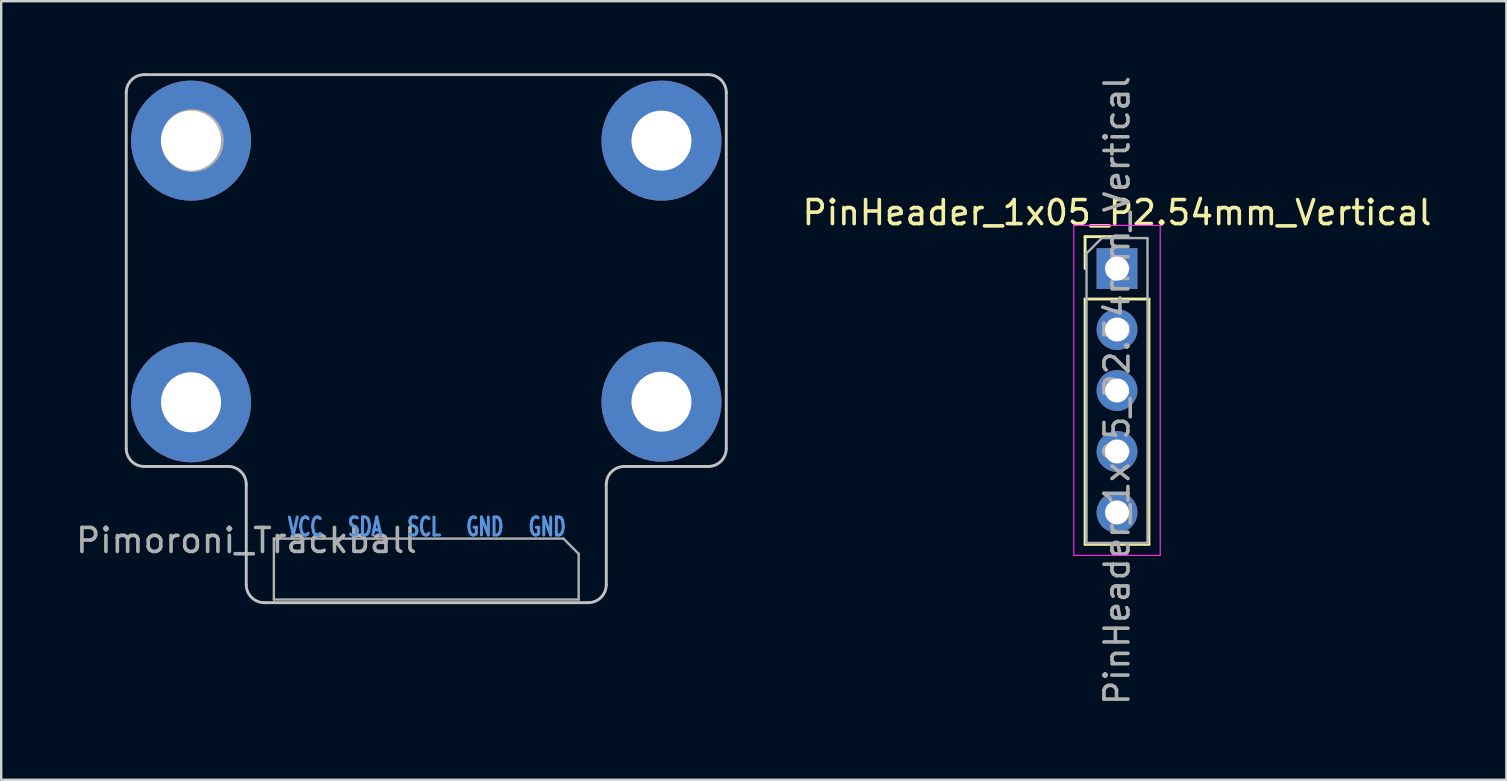
<source format=kicad_pcb>
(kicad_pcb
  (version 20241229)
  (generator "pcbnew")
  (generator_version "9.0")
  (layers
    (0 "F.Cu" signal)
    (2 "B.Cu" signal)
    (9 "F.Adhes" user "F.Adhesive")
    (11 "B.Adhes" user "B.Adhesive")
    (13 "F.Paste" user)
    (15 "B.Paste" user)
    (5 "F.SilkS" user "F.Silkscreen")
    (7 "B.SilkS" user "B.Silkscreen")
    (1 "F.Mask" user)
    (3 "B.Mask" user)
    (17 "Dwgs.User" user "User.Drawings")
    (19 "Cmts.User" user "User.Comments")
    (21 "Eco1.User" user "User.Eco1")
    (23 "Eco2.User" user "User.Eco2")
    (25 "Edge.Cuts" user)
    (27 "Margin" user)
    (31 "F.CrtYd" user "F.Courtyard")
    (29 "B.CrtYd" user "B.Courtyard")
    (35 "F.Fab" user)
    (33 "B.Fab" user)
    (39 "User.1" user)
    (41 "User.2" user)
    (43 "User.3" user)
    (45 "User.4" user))
  (footprint "PinHeader_1x05_P2.54mm_Vertical"
    (layer "F.Cu")
    (at 43.49 8.14)
    (property "Reference" "PinHeader_1x05_P2.54mm_Vertical" (at 0 -2.33 0) (layer "F.SilkS") (effects (font (size 1 1) (thickness 0.15))))
    (attr through_hole)
    (fp_line (start -1.33 -1.33) (end 0 -1.33) (stroke (width 0.12) (type solid)) (layer "F.SilkS"))
    (fp_line (start -1.33 0) (end -1.33 -1.33) (stroke (width 0.12) (type solid)) (layer "F.SilkS"))
    (fp_line (start -1.33 1.27) (end -1.33 11.49) (stroke (width 0.12) (type solid)) (layer "F.SilkS"))
    (fp_line (start -1.33 1.27) (end 1.33 1.27) (stroke (width 0.12) (type solid)) (layer "F.SilkS"))
    (fp_line (start -1.33 11.49) (end 1.33 11.49) (stroke (width 0.12) (type solid)) (layer "F.SilkS"))
    (fp_line (start 1.33 1.27) (end 1.33 11.49) (stroke (width 0.12) (type solid)) (layer "F.SilkS"))
    (fp_line (start -1.8 -1.8) (end -1.8 11.95) (stroke (width 0.05) (type solid)) (layer "F.CrtYd"))
    (fp_line (start -1.8 11.95) (end 1.8 11.95) (stroke (width 0.05) (type solid)) (layer "F.CrtYd"))
    (fp_line (start 1.8 -1.8) (end -1.8 -1.8) (stroke (width 0.05) (type solid)) (layer "F.CrtYd"))
    (fp_line (start 1.8 11.95) (end 1.8 -1.8) (stroke (width 0.05) (type solid)) (layer "F.CrtYd"))
    (fp_line (start -1.27 -0.635) (end -0.635 -1.27) (stroke (width 0.1) (type solid)) (layer "F.Fab"))
    (fp_line (start -1.27 11.43) (end -1.27 -0.635) (stroke (width 0.1) (type solid)) (layer "F.Fab"))
    (fp_line (start -0.635 -1.27) (end 1.27 -1.27) (stroke (width 0.1) (type solid)) (layer "F.Fab"))
    (fp_line (start 1.27 -1.27) (end 1.27 11.43) (stroke (width 0.1) (type solid)) (layer "F.Fab"))
    (fp_line (start 1.27 11.43) (end -1.27 11.43) (stroke (width 0.1) (type solid)) (layer "F.Fab"))
    (fp_text user "${REFERENCE}" (at 0 5.08 90) (layer "F.Fab") (effects (font (size 1 1) (thickness 0.15))))
    (pad "1" thru_hole rect (at 0 0) (size 1.7 1.7) (drill 1) (layers "*.Cu" "*.Mask"))
    (pad "2" thru_hole oval (at 0 2.54) (size 1.7 1.7) (drill 1) (layers "*.Cu" "*.Mask"))
    (pad "3" thru_hole oval (at 0 5.08) (size 1.7 1.7) (drill 1) (layers "*.Cu" "*.Mask"))
    (pad "4" thru_hole oval (at 0 7.62) (size 1.7 1.7) (drill 1) (layers "*.Cu" "*.Mask"))
    (pad "5" thru_hole oval (at 0 10.16) (size 1.7 1.7) (drill 1) (layers "*.Cu" "*.Mask")))
  (footprint "Pimoroni_Trackball"
    (layer "F.Cu")
    (at 14.71 9.56)
    (property "Reference" "Pimoroni_Trackball" (at -7.49 9.91 180) (layer "F.Fab") (effects (font (size 1 1) (thickness 0.15))))
    (attr through_hole)
    (fp_line (start -12.5 -8.75) (end -12.5 6.075) (stroke (width 0.12) (type solid)) (layer "Dwgs.User"))
    (fp_line (start -8.25 6.825) (end -11.75 6.825) (stroke (width 0.12) (type solid)) (layer "Dwgs.User"))
    (fp_line (start -7.5 11.75) (end -7.5 7.575) (stroke (width 0.12) (type solid)) (layer "Dwgs.User"))
    (fp_line (start -6.75 12.5) (end 6.75 12.5) (stroke (width 0.12) (type solid)) (layer "Dwgs.User"))
    (fp_line (start 7.5 11.75) (end 7.5 7.575) (stroke (width 0.12) (type solid)) (layer "Dwgs.User"))
    (fp_line (start 8.25 6.825) (end 11.75 6.825) (stroke (width 0.12) (type solid)) (layer "Dwgs.User"))
    (fp_line (start 11.75 -9.5) (end -11.75 -9.5) (stroke (width 0.12) (type solid)) (layer "Dwgs.User"))
    (fp_line (start 12.5 -8.75) (end 12.5 6.075) (stroke (width 0.12) (type solid)) (layer "Dwgs.User"))
    (fp_arc (start -12.5 -8.75) (mid -12.28033 -9.28033) (end -11.75 -9.5) (stroke (width 0.12) (type solid)) (layer "Dwgs.User"))
    (fp_arc (start -11.75 6.825) (mid -12.28033 6.60533) (end -12.5 6.075) (stroke (width 0.12) (type solid)) (layer "Dwgs.User"))
    (fp_arc (start -8.25 6.825) (mid -7.71967 7.04467) (end -7.5 7.575) (stroke (width 0.12) (type solid)) (layer "Dwgs.User"))
    (fp_arc (start -6.75 12.5) (mid -7.28033 12.28033) (end -7.5 11.75) (stroke (width 0.12) (type solid)) (layer "Dwgs.User"))
    (fp_arc (start 7.5 7.575) (mid 7.71967 7.04467) (end 8.25 6.825) (stroke (width 0.12) (type solid)) (layer "Dwgs.User"))
    (fp_arc (start 7.5 11.75) (mid 7.28033 12.28033) (end 6.75 12.5) (stroke (width 0.12) (type solid)) (layer "Dwgs.User"))
    (fp_arc (start 11.75 -9.5) (mid 12.28033 -9.28033) (end 12.5 -8.75) (stroke (width 0.12) (type solid)) (layer "Dwgs.User"))
    (fp_arc (start 12.5 6.075) (mid 12.28033 6.60533) (end 11.75 6.825) (stroke (width 0.12) (type solid)) (layer "Dwgs.User"))
    (fp_line (start -6.87 9.3) (end -6.87 12.9) (stroke (width 0.05) (type solid)) (layer "Eco1.User"))
    (fp_line (start -6.87 12.9) (end 6.88 12.9) (stroke (width 0.05) (type solid)) (layer "Eco1.User"))
    (fp_line (start 6.88 9.3) (end -6.87 9.3) (stroke (width 0.05) (type solid)) (layer "Eco1.User"))
    (fp_line (start 6.88 12.9) (end 6.88 9.3) (stroke (width 0.05) (type solid)) (layer "Eco1.User"))
    (fp_line (start -6.35 9.83) (end 5.715 9.83) (stroke (width 0.1) (type solid)) (layer "F.Fab"))
    (fp_line (start -6.35 12.37) (end -6.35 9.83) (stroke (width 0.1) (type solid)) (layer "F.Fab"))
    (fp_line (start 5.715 9.83) (end 6.35 10.465) (stroke (width 0.1) (type solid)) (layer "F.Fab"))
    (fp_line (start 6.35 10.465) (end 6.35 12.37) (stroke (width 0.1) (type solid)) (layer "F.Fab"))
    (fp_line (start 6.35 12.37) (end -6.35 12.37) (stroke (width 0.1) (type solid)) (layer "F.Fab"))
    (fp_circle (center -9.75 -6.75) (end -8.5 -6.75) (stroke (width 0.12) (type solid)) (fill no) (layer "F.Fab"))
    (fp_text user "SDA" (at -2.55 9.34 0) (layer "Cmts.User") (effects (font (size 0.75 0.5) (thickness 0.125))))
    (fp_text user "GND" (at 5.04 9.34 0) (layer "Cmts.User") (effects (font (size 0.75 0.5) (thickness 0.125))))
    (fp_text user "SCL" (at -0.083 9.34 0) (layer "Cmts.User") (effects (font (size 0.75 0.5) (thickness 0.125))))
    (fp_text user "VCC" (at -5.04 9.34 0) (layer "Cmts.User") (effects (font (size 0.75 0.5) (thickness 0.125))))
    (fp_text user "GND" (at 2.443 9.34 0) (layer "Cmts.User") (effects (font (size 0.75 0.5) (thickness 0.125))))
    (pad "" thru_hole circle (at -9.8 -6.75) (size 5 5) (drill 2.5) (layers "*.Cu" "*.Mask"))
    (pad "" thru_hole circle (at -9.8 4.15) (size 5 5) (drill 2.5) (layers "*.Cu" "*.Mask"))
    (pad "" thru_hole circle (at 9.8 -6.75) (size 5 5) (drill 2.5) (layers "*.Cu" "*.Mask"))
    (pad "" thru_hole circle (at 9.8 4.125) (size 5 5) (drill 2.5) (layers "*.Cu" "*.Mask")))
  (gr_rect
    (start -3 -3)
    (end 59.711 29.44)
    (stroke (width 0.1) (type default))
    (fill no)
    (layer "Edge.Cuts")))
</source>
